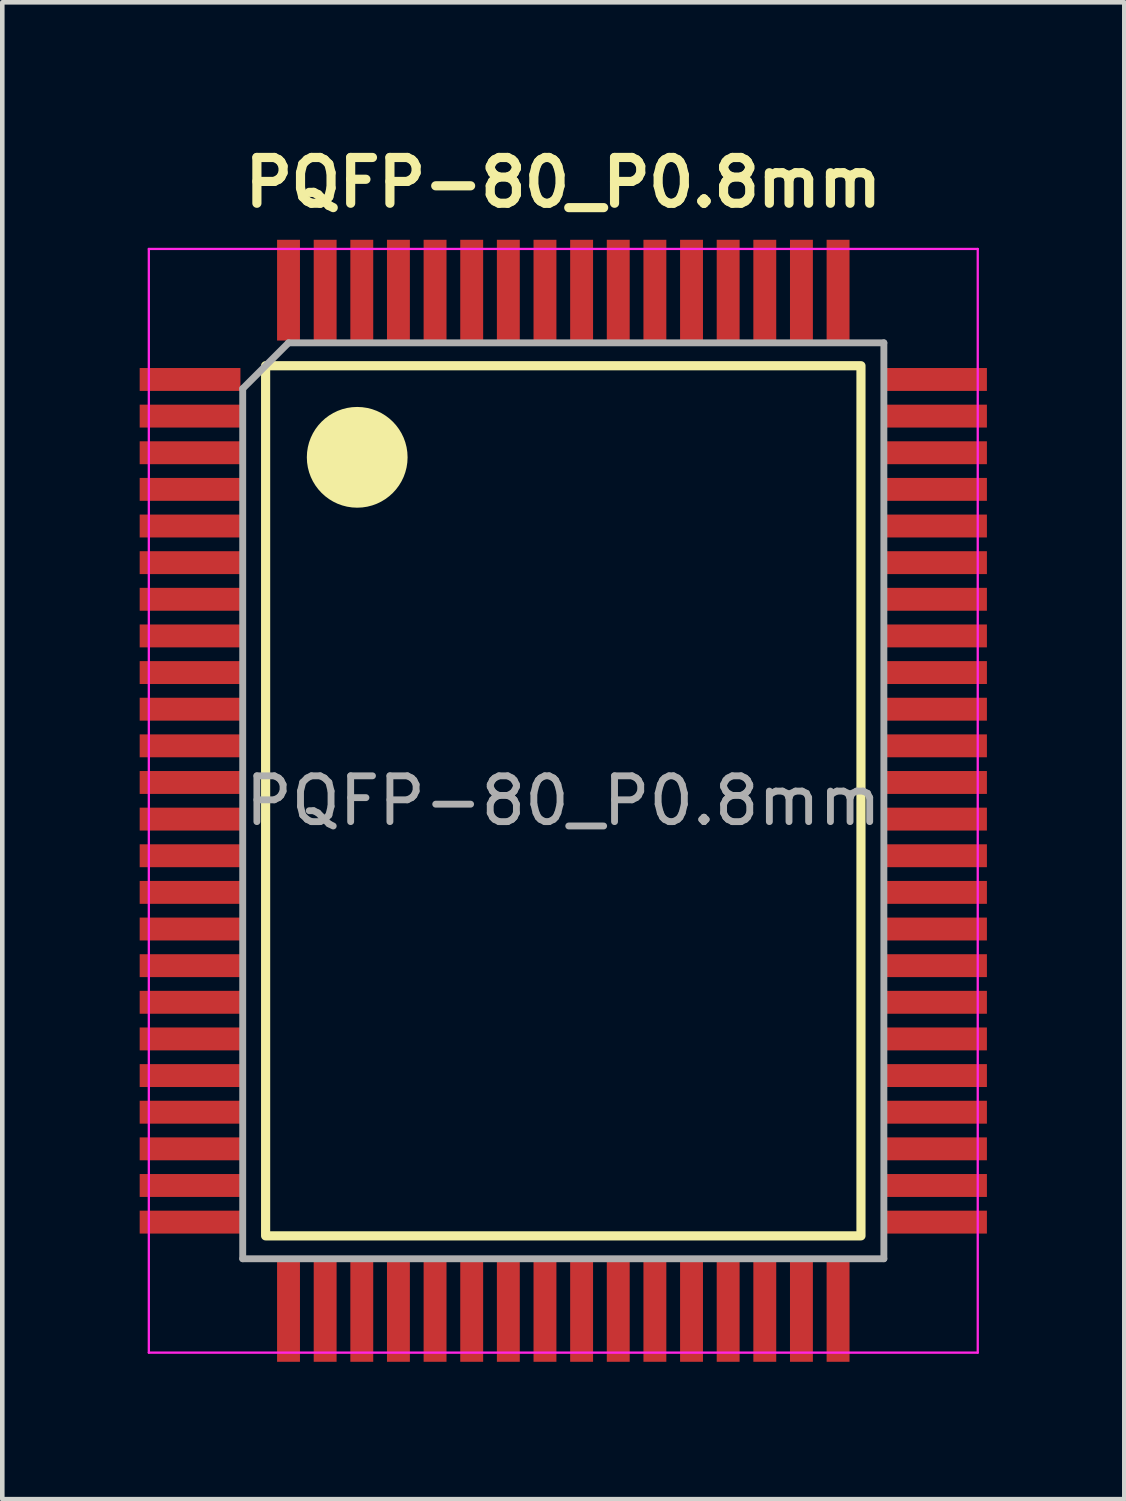
<source format=kicad_pcb>
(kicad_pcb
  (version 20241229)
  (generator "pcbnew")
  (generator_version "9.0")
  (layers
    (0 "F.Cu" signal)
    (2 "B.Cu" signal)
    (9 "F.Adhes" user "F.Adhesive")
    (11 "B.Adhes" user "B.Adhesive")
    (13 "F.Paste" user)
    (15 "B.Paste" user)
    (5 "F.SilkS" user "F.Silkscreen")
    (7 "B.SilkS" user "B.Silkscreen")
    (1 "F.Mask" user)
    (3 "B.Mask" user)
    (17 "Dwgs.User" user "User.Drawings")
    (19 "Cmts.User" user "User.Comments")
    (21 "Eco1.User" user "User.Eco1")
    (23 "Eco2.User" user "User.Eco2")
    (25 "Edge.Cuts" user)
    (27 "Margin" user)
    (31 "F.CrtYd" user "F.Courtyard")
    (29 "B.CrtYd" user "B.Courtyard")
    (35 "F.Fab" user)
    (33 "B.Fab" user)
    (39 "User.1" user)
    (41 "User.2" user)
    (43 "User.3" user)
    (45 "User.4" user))
  (footprint "PQFP-80_P0.8mm"
    (layer "F.Cu")
    (at 9.25 14.436)
    (property "Reference" "PQFP-80_P0.8mm" (at 0 -13.5 0) (layer "F.SilkS") (effects (font (size 1 1) (thickness 0.2) (bold yes))))
    (attr smd)
    (fp_rect (start -6.5 -9.5) (end 6.5 9.5) (stroke (width 0.2) (type default)) (fill no) (layer "F.SilkS"))
    (fp_circle (center -4.5 -7.5) (end -3.5 -7.5) (stroke (width 0.2) (type solid)) (fill yes) (layer "F.SilkS"))
    (fp_line (start -9.05 -12.05) (end -9.05 12.05) (stroke (width 0.05) (type solid)) (layer "F.CrtYd"))
    (fp_line (start -9.05 -12.05) (end 9.05 -12.05) (stroke (width 0.05) (type solid)) (layer "F.CrtYd"))
    (fp_line (start -9.05 12.05) (end 9.05 12.05) (stroke (width 0.05) (type solid)) (layer "F.CrtYd"))
    (fp_line (start 9.05 -12.05) (end 9.05 12.05) (stroke (width 0.05) (type solid)) (layer "F.CrtYd"))
    (fp_line (start -7 -9) (end -6 -10) (stroke (width 0.15) (type solid)) (layer "F.Fab"))
    (fp_line (start -7 10) (end -7 -9) (stroke (width 0.15) (type solid)) (layer "F.Fab"))
    (fp_line (start -6 -10) (end 7 -10) (stroke (width 0.15) (type solid)) (layer "F.Fab"))
    (fp_line (start 7 -10) (end 7 10) (stroke (width 0.15) (type solid)) (layer "F.Fab"))
    (fp_line (start 7 10) (end -7 10) (stroke (width 0.15) (type solid)) (layer "F.Fab"))
    (fp_text user "${REFERENCE}" (at 0 0 0) (layer "F.Fab") (effects (font (size 1 1) (thickness 0.15))))
    (pad "1" smd rect (at -8.15 -9.2) (size 2.2 0.5) (layers "F.Cu" "F.Mask" "F.Paste"))
    (pad "2" smd rect (at -8.15 -8.4) (size 2.2 0.5) (layers "F.Cu" "F.Mask" "F.Paste"))
    (pad "3" smd rect (at -8.15 -7.6) (size 2.2 0.5) (layers "F.Cu" "F.Mask" "F.Paste"))
    (pad "4" smd rect (at -8.15 -6.8) (size 2.2 0.5) (layers "F.Cu" "F.Mask" "F.Paste"))
    (pad "5" smd rect (at -8.15 -6) (size 2.2 0.5) (layers "F.Cu" "F.Mask" "F.Paste"))
    (pad "6" smd rect (at -8.15 -5.2) (size 2.2 0.5) (layers "F.Cu" "F.Mask" "F.Paste"))
    (pad "7" smd rect (at -8.15 -4.4) (size 2.2 0.5) (layers "F.Cu" "F.Mask" "F.Paste"))
    (pad "8" smd rect (at -8.15 -3.6) (size 2.2 0.5) (layers "F.Cu" "F.Mask" "F.Paste"))
    (pad "9" smd rect (at -8.15 -2.8) (size 2.2 0.5) (layers "F.Cu" "F.Mask" "F.Paste"))
    (pad "10" smd rect (at -8.15 -2) (size 2.2 0.5) (layers "F.Cu" "F.Mask" "F.Paste"))
    (pad "11" smd rect (at -8.15 -1.2) (size 2.2 0.5) (layers "F.Cu" "F.Mask" "F.Paste"))
    (pad "12" smd rect (at -8.15 -0.4) (size 2.2 0.5) (layers "F.Cu" "F.Mask" "F.Paste"))
    (pad "13" smd rect (at -8.15 0.4) (size 2.2 0.5) (layers "F.Cu" "F.Mask" "F.Paste"))
    (pad "14" smd rect (at -8.15 1.2) (size 2.2 0.5) (layers "F.Cu" "F.Mask" "F.Paste"))
    (pad "15" smd rect (at -8.15 2) (size 2.2 0.5) (layers "F.Cu" "F.Mask" "F.Paste"))
    (pad "16" smd rect (at -8.15 2.8) (size 2.2 0.5) (layers "F.Cu" "F.Mask" "F.Paste"))
    (pad "17" smd rect (at -8.15 3.6) (size 2.2 0.5) (layers "F.Cu" "F.Mask" "F.Paste"))
    (pad "18" smd rect (at -8.15 4.4) (size 2.2 0.5) (layers "F.Cu" "F.Mask" "F.Paste"))
    (pad "19" smd rect (at -8.15 5.2) (size 2.2 0.5) (layers "F.Cu" "F.Mask" "F.Paste"))
    (pad "20" smd rect (at -8.15 6) (size 2.2 0.5) (layers "F.Cu" "F.Mask" "F.Paste"))
    (pad "21" smd rect (at -8.15 6.8) (size 2.2 0.5) (layers "F.Cu" "F.Mask" "F.Paste"))
    (pad "22" smd rect (at -8.15 7.6) (size 2.2 0.5) (layers "F.Cu" "F.Mask" "F.Paste"))
    (pad "23" smd rect (at -8.15 8.4) (size 2.2 0.5) (layers "F.Cu" "F.Mask" "F.Paste"))
    (pad "24" smd rect (at -8.15 9.2) (size 2.2 0.5) (layers "F.Cu" "F.Mask" "F.Paste"))
    (pad "25" smd rect (at -6 11.15 90) (size 2.2 0.5) (layers "F.Cu" "F.Mask" "F.Paste"))
    (pad "26" smd rect (at -5.2 11.15 90) (size 2.2 0.5) (layers "F.Cu" "F.Mask" "F.Paste"))
    (pad "27" smd rect (at -4.4 11.15 90) (size 2.2 0.5) (layers "F.Cu" "F.Mask" "F.Paste"))
    (pad "28" smd rect (at -3.6 11.15 90) (size 2.2 0.5) (layers "F.Cu" "F.Mask" "F.Paste"))
    (pad "29" smd rect (at -2.8 11.15 90) (size 2.2 0.5) (layers "F.Cu" "F.Mask" "F.Paste"))
    (pad "30" smd rect (at -2 11.15 90) (size 2.2 0.5) (layers "F.Cu" "F.Mask" "F.Paste"))
    (pad "31" smd rect (at -1.2 11.15 90) (size 2.2 0.5) (layers "F.Cu" "F.Mask" "F.Paste"))
    (pad "32" smd rect (at -0.4 11.15 90) (size 2.2 0.5) (layers "F.Cu" "F.Mask" "F.Paste"))
    (pad "33" smd rect (at 0.4 11.15 90) (size 2.2 0.5) (layers "F.Cu" "F.Mask" "F.Paste"))
    (pad "34" smd rect (at 1.2 11.15 90) (size 2.2 0.5) (layers "F.Cu" "F.Mask" "F.Paste"))
    (pad "35" smd rect (at 2 11.15 90) (size 2.2 0.5) (layers "F.Cu" "F.Mask" "F.Paste"))
    (pad "36" smd rect (at 2.8 11.15 90) (size 2.2 0.5) (layers "F.Cu" "F.Mask" "F.Paste"))
    (pad "37" smd rect (at 3.6 11.15 90) (size 2.2 0.5) (layers "F.Cu" "F.Mask" "F.Paste"))
    (pad "38" smd rect (at 4.4 11.15 90) (size 2.2 0.5) (layers "F.Cu" "F.Mask" "F.Paste"))
    (pad "39" smd rect (at 5.2 11.15 90) (size 2.2 0.5) (layers "F.Cu" "F.Mask" "F.Paste"))
    (pad "40" smd rect (at 6 11.15 90) (size 2.2 0.5) (layers "F.Cu" "F.Mask" "F.Paste"))
    (pad "41" smd rect (at 8.15 9.2) (size 2.2 0.5) (layers "F.Cu" "F.Mask" "F.Paste"))
    (pad "42" smd rect (at 8.15 8.4) (size 2.2 0.5) (layers "F.Cu" "F.Mask" "F.Paste"))
    (pad "43" smd rect (at 8.15 7.6) (size 2.2 0.5) (layers "F.Cu" "F.Mask" "F.Paste"))
    (pad "44" smd rect (at 8.15 6.8) (size 2.2 0.5) (layers "F.Cu" "F.Mask" "F.Paste"))
    (pad "45" smd rect (at 8.15 6) (size 2.2 0.5) (layers "F.Cu" "F.Mask" "F.Paste"))
    (pad "46" smd rect (at 8.15 5.2) (size 2.2 0.5) (layers "F.Cu" "F.Mask" "F.Paste"))
    (pad "47" smd rect (at 8.15 4.4) (size 2.2 0.5) (layers "F.Cu" "F.Mask" "F.Paste"))
    (pad "48" smd rect (at 8.15 3.6) (size 2.2 0.5) (layers "F.Cu" "F.Mask" "F.Paste"))
    (pad "49" smd rect (at 8.15 2.8) (size 2.2 0.5) (layers "F.Cu" "F.Mask" "F.Paste"))
    (pad "50" smd rect (at 8.15 2) (size 2.2 0.5) (layers "F.Cu" "F.Mask" "F.Paste"))
    (pad "51" smd rect (at 8.15 1.2) (size 2.2 0.5) (layers "F.Cu" "F.Mask" "F.Paste"))
    (pad "52" smd rect (at 8.15 0.4) (size 2.2 0.5) (layers "F.Cu" "F.Mask" "F.Paste"))
    (pad "53" smd rect (at 8.15 -0.4) (size 2.2 0.5) (layers "F.Cu" "F.Mask" "F.Paste"))
    (pad "54" smd rect (at 8.15 -1.2) (size 2.2 0.5) (layers "F.Cu" "F.Mask" "F.Paste"))
    (pad "55" smd rect (at 8.15 -2) (size 2.2 0.5) (layers "F.Cu" "F.Mask" "F.Paste"))
    (pad "56" smd rect (at 8.15 -2.8) (size 2.2 0.5) (layers "F.Cu" "F.Mask" "F.Paste"))
    (pad "57" smd rect (at 8.15 -3.6) (size 2.2 0.5) (layers "F.Cu" "F.Mask" "F.Paste"))
    (pad "58" smd rect (at 8.15 -4.4) (size 2.2 0.5) (layers "F.Cu" "F.Mask" "F.Paste"))
    (pad "59" smd rect (at 8.15 -5.2) (size 2.2 0.5) (layers "F.Cu" "F.Mask" "F.Paste"))
    (pad "60" smd rect (at 8.15 -6) (size 2.2 0.5) (layers "F.Cu" "F.Mask" "F.Paste"))
    (pad "61" smd rect (at 8.15 -6.8) (size 2.2 0.5) (layers "F.Cu" "F.Mask" "F.Paste"))
    (pad "62" smd rect (at 8.15 -7.6) (size 2.2 0.5) (layers "F.Cu" "F.Mask" "F.Paste"))
    (pad "63" smd rect (at 8.15 -8.4) (size 2.2 0.5) (layers "F.Cu" "F.Mask" "F.Paste"))
    (pad "64" smd rect (at 8.15 -9.2) (size 2.2 0.5) (layers "F.Cu" "F.Mask" "F.Paste"))
    (pad "65" smd rect (at 6 -11.15 90) (size 2.2 0.5) (layers "F.Cu" "F.Mask" "F.Paste"))
    (pad "66" smd rect (at 5.2 -11.15 90) (size 2.2 0.5) (layers "F.Cu" "F.Mask" "F.Paste"))
    (pad "67" smd rect (at 4.4 -11.15 90) (size 2.2 0.5) (layers "F.Cu" "F.Mask" "F.Paste"))
    (pad "68" smd rect (at 3.6 -11.15 90) (size 2.2 0.5) (layers "F.Cu" "F.Mask" "F.Paste"))
    (pad "69" smd rect (at 2.8 -11.15 90) (size 2.2 0.5) (layers "F.Cu" "F.Mask" "F.Paste"))
    (pad "70" smd rect (at 2 -11.15 90) (size 2.2 0.5) (layers "F.Cu" "F.Mask" "F.Paste"))
    (pad "71" smd rect (at 1.2 -11.15 90) (size 2.2 0.5) (layers "F.Cu" "F.Mask" "F.Paste"))
    (pad "72" smd rect (at 0.4 -11.15 90) (size 2.2 0.5) (layers "F.Cu" "F.Mask" "F.Paste"))
    (pad "73" smd rect (at -0.4 -11.15 90) (size 2.2 0.5) (layers "F.Cu" "F.Mask" "F.Paste"))
    (pad "74" smd rect (at -1.2 -11.15 90) (size 2.2 0.5) (layers "F.Cu" "F.Mask" "F.Paste"))
    (pad "75" smd rect (at -2 -11.15 90) (size 2.2 0.5) (layers "F.Cu" "F.Mask" "F.Paste"))
    (pad "76" smd rect (at -2.8 -11.15 90) (size 2.2 0.5) (layers "F.Cu" "F.Mask" "F.Paste"))
    (pad "77" smd rect (at -3.6 -11.15 90) (size 2.2 0.5) (layers "F.Cu" "F.Mask" "F.Paste"))
    (pad "78" smd rect (at -4.4 -11.15 90) (size 2.2 0.5) (layers "F.Cu" "F.Mask" "F.Paste"))
    (pad "79" smd rect (at -5.2 -11.15 90) (size 2.2 0.5) (layers "F.Cu" "F.Mask" "F.Paste"))
    (pad "80" smd rect (at -6 -11.15 90) (size 2.2 0.5) (layers "F.Cu" "F.Mask" "F.Paste")))
  (gr_rect
    (start -3 -3)
    (end 21.5 29.686)
    (stroke (width 0.1) (type default))
    (fill no)
    (layer "Edge.Cuts")))
</source>
